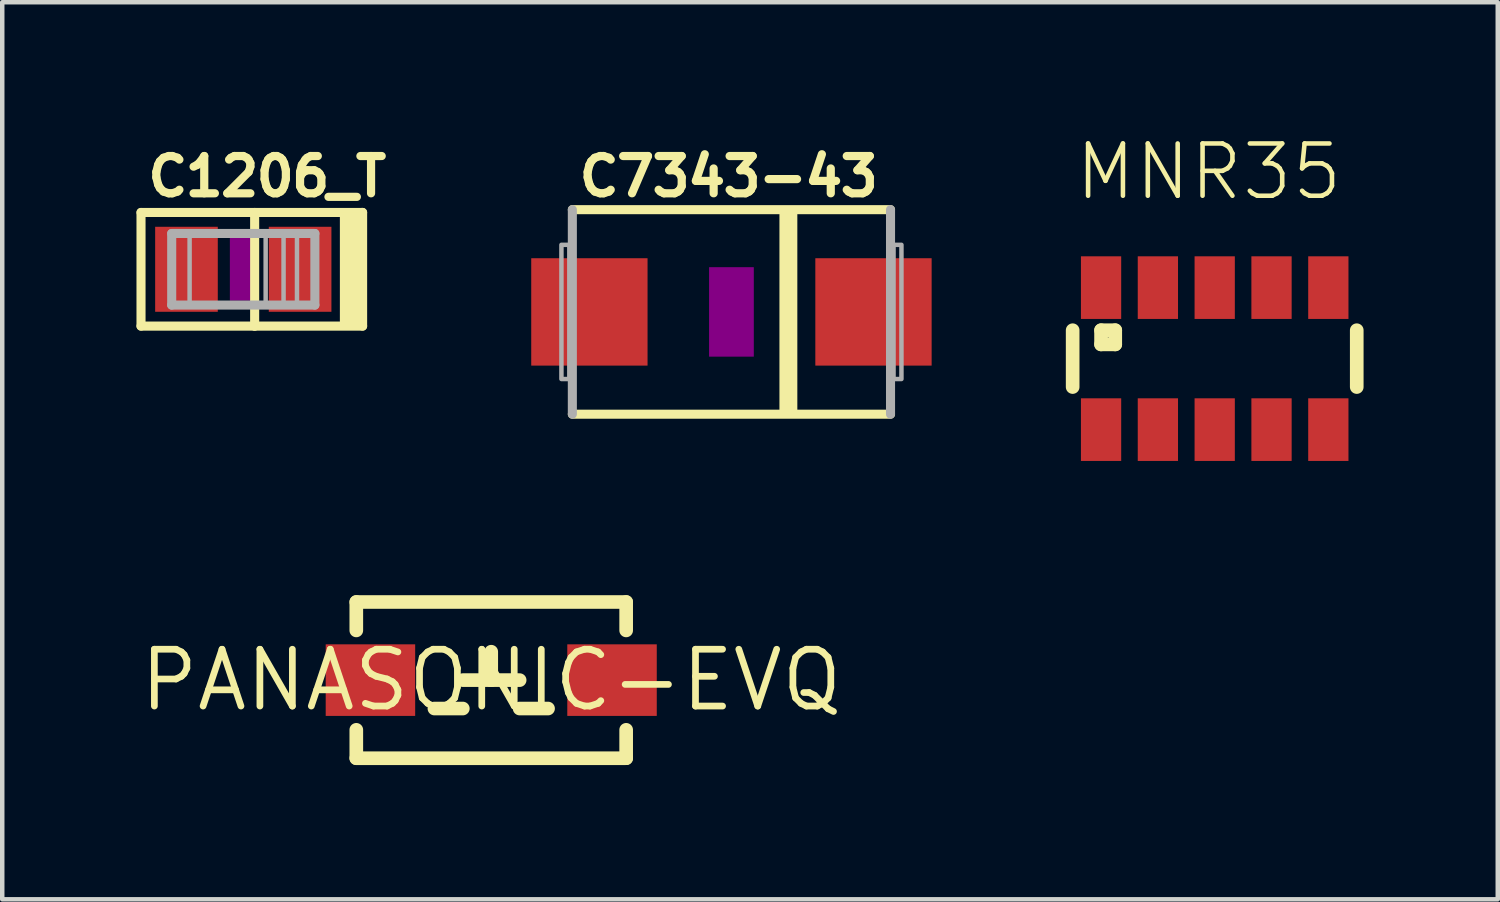
<source format=kicad_pcb>
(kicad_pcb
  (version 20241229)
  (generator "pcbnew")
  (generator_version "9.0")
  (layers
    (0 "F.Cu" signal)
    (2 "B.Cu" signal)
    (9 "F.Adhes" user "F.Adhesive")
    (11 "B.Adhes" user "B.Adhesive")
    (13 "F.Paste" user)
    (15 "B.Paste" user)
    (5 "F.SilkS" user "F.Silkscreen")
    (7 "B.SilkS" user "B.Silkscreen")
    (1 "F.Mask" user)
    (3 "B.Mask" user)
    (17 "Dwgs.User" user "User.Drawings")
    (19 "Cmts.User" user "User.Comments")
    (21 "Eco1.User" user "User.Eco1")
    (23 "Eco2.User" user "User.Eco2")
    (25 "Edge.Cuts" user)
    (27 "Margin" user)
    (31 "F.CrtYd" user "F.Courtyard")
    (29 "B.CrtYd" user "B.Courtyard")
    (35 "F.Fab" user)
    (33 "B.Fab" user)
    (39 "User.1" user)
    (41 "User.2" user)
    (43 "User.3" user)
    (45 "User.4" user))
  (footprint "PANASONIC-EVQ"
    (layer "F.Cu")
    (at 7.93 12.152)
    (property "Reference" "PANASONIC-EVQ" (at 0 0 0) (layer "F.SilkS") (effects (font (size 1.27 1.27) (thickness 0.15))))
    (fp_line (start -3.016 -1.746) (end -3.016 -1.111) (stroke (width 0.305) (type solid)) (layer "F.SilkS"))
    (fp_line (start -3.016 1.111) (end -3.016 1.746) (stroke (width 0.305) (type solid)) (layer "F.SilkS"))
    (fp_line (start -3.016 1.746) (end 3.016 1.746) (stroke (width 0.305) (type solid)) (layer "F.SilkS"))
    (fp_line (start -1.27 0.635) (end -0.635 0.635) (stroke (width 0.305) (type solid)) (layer "F.SilkS"))
    (fp_line (start -0.635 0) (end 0 0) (stroke (width 0.305) (type solid)) (layer "F.SilkS"))
    (fp_line (start 0 -0.635) (end 0 0) (stroke (width 0.305) (type solid)) (layer "F.SilkS"))
    (fp_line (start 0 0) (end 0.635 0) (stroke (width 0.305) (type solid)) (layer "F.SilkS"))
    (fp_line (start 0.635 0.635) (end 1.27 0.635) (stroke (width 0.305) (type solid)) (layer "F.SilkS"))
    (fp_line (start 3.016 -1.746) (end -3.016 -1.746) (stroke (width 0.305) (type solid)) (layer "F.SilkS"))
    (fp_line (start 3.016 -1.111) (end 3.016 -1.746) (stroke (width 0.305) (type solid)) (layer "F.SilkS"))
    (fp_line (start 3.016 1.746) (end 3.016 1.111) (stroke (width 0.305) (type solid)) (layer "F.SilkS"))
    (pad "1" smd rect (at 2.7 0) (size 2 1.6) (layers "F.Cu" "F.Mask" "F.Paste"))
    (pad "2" smd rect (at -2.7 0) (size 2 1.6) (layers "F.Cu" "F.Mask" "F.Paste")))
  (footprint "MNR35"
    (layer "F.Cu")
    (at 24.101 4.966)
    (property "Reference" "MNR35" (at -3.175 -3.493 0) (unlocked yes) (layer "F.SilkS") (effects (font (size 1.168 1.168) (thickness 0.102)) (justify left bottom)))
    (fp_line (start -3.175 -0.635) (end -3.175 0.635) (stroke (width 0.305) (type solid)) (layer "F.SilkS"))
    (fp_line (start -2.54 -0.635) (end -2.54 -0.318) (stroke (width 0.305) (type solid)) (layer "F.SilkS"))
    (fp_line (start -2.54 -0.318) (end -2.223 -0.318) (stroke (width 0.305) (type solid)) (layer "F.SilkS"))
    (fp_line (start -2.223 -0.635) (end -2.54 -0.635) (stroke (width 0.305) (type solid)) (layer "F.SilkS"))
    (fp_line (start -2.223 -0.318) (end -2.223 -0.635) (stroke (width 0.305) (type solid)) (layer "F.SilkS"))
    (fp_line (start 3.175 -0.635) (end 3.175 0.635) (stroke (width 0.305) (type solid)) (layer "F.SilkS"))
    (pad "1" smd rect (at -2.54 -1.587) (size 0.9 1.4) (layers "F.Cu" "F.Mask" "F.Paste"))
    (pad "2" smd rect (at -1.27 -1.587) (size 0.9 1.4) (layers "F.Cu" "F.Mask" "F.Paste"))
    (pad "3" smd rect (at 0 -1.587) (size 0.9 1.4) (layers "F.Cu" "F.Mask" "F.Paste"))
    (pad "4" smd rect (at 1.27 -1.587) (size 0.9 1.4) (layers "F.Cu" "F.Mask" "F.Paste"))
    (pad "5" smd rect (at 2.54 -1.587) (size 0.9 1.4) (layers "F.Cu" "F.Mask" "F.Paste"))
    (pad "6" smd rect (at 2.54 1.587) (size 0.9 1.4) (layers "F.Cu" "F.Mask" "F.Paste"))
    (pad "7" smd rect (at 1.27 1.587) (size 0.9 1.4) (layers "F.Cu" "F.Mask" "F.Paste"))
    (pad "8" smd rect (at 0 1.587) (size 0.9 1.4) (layers "F.Cu" "F.Mask" "F.Paste"))
    (pad "9" smd rect (at -1.27 1.587) (size 0.9 1.4) (layers "F.Cu" "F.Mask" "F.Paste"))
    (pad "10" smd rect (at -2.54 1.587) (size 0.9 1.4) (layers "F.Cu" "F.Mask" "F.Paste")))
  (footprint "C1206_T"
    (layer "F.Cu")
    (at 2.388 2.969)
    (property "Reference" "C1206_T" (at -2.223 -1.587 0) (unlocked yes) (layer "F.SilkS") (effects (font (size 0.833 0.833) (thickness 0.183)) (justify left bottom)))
    (fp_line (start -2.286 -1.27) (end 2.65 -1.27) (stroke (width 0.203) (type solid)) (layer "F.SilkS"))
    (fp_line (start -2.286 1.27) (end -2.286 -1.27) (stroke (width 0.203) (type solid)) (layer "F.SilkS"))
    (fp_line (start 0.254 1.27) (end -2.286 1.27) (stroke (width 0.203) (type solid)) (layer "F.SilkS"))
    (fp_line (start 0.254 1.27) (end 0.254 -1.27) (stroke (width 0.203) (type solid)) (layer "F.SilkS"))
    (fp_line (start 2.65 -1.27) (end 2.667 -1.27) (stroke (width 0.203) (type solid)) (layer "F.SilkS"))
    (fp_line (start 2.667 -1.27) (end 2.667 1.27) (stroke (width 0.203) (type solid)) (layer "F.SilkS"))
    (fp_line (start 2.667 1.27) (end 0.254 1.27) (stroke (width 0.203) (type solid)) (layer "F.SilkS"))
    (fp_poly (pts (xy 2.159 1.27) (xy 2.65 1.27) (xy 2.65 -1.27) (xy 2.159 -1.27)) (stroke (width 0) (type default)) (fill yes) (layer "F.SilkS"))
    (fp_poly (pts (xy -0.3 0.7) (xy 0.3 0.7) (xy 0.3 -0.7) (xy -0.3 -0.7)) (stroke (width 0) (type default)) (fill yes) (layer "F.Adhes"))
    (fp_line (start -1.6 -0.8) (end 1.6 -0.8) (stroke (width 0.203) (type solid)) (layer "F.Fab"))
    (fp_line (start -1.6 0.8) (end -1.6 -0.8) (stroke (width 0.203) (type solid)) (layer "F.Fab"))
    (fp_line (start 1.6 -0.8) (end 1.6 0.8) (stroke (width 0.203) (type solid)) (layer "F.Fab"))
    (fp_line (start 1.6 0.8) (end -1.6 0.8) (stroke (width 0.203) (type solid)) (layer "F.Fab"))
    (fp_poly (pts (xy -1.6 0.8) (xy -1.2 0.8) (xy -1.2 -0.8) (xy -1.6 -0.8)) (stroke (width 0.1) (type default)) (fill no) (layer "F.Fab"))
    (fp_poly (pts (xy 0.5 0.8) (xy 0.9 0.8) (xy 0.9 -0.8) (xy 0.5 -0.8)) (stroke (width 0.1) (type default)) (fill no) (layer "F.Fab"))
    (fp_poly (pts (xy 1.2 0.8) (xy 1.6 0.8) (xy 1.6 -0.8) (xy 1.2 -0.8)) (stroke (width 0.1) (type default)) (fill no) (layer "F.Fab"))
    (pad "+" smd rect (at 1.27 0) (size 1.4 1.9) (layers "F.Cu" "F.Mask" "F.Paste"))
    (pad "-" smd rect (at -1.27 0) (size 1.4 1.9) (layers "F.Cu" "F.Mask" "F.Paste")))
  (footprint "C7343-43"
    (layer "F.Cu")
    (at 13.299 3.922)
    (property "Reference" "C7343-43" (at -3.493 -2.54 0) (unlocked yes) (layer "F.SilkS") (effects (font (size 0.833 0.833) (thickness 0.183)) (justify left bottom)))
    (fp_line (start -3.556 -2.286) (end 3.556 -2.286) (stroke (width 0.203) (type solid)) (layer "F.SilkS"))
    (fp_line (start 3.556 2.286) (end -3.556 2.286) (stroke (width 0.203) (type solid)) (layer "F.SilkS"))
    (fp_poly (pts (xy 1.073 2.2) (xy 1.473 2.2) (xy 1.473 -2.2) (xy 1.073 -2.2)) (stroke (width 0) (type default)) (fill yes) (layer "F.SilkS"))
    (fp_poly (pts (xy -0.5 1) (xy 0.5 1) (xy 0.5 -1) (xy -0.5 -1)) (stroke (width 0) (type default)) (fill yes) (layer "F.Adhes"))
    (fp_line (start -3.556 2.286) (end -3.556 -2.286) (stroke (width 0.203) (type solid)) (layer "F.Fab"))
    (fp_line (start 3.556 -2.286) (end 3.556 2.286) (stroke (width 0.203) (type solid)) (layer "F.Fab"))
    (fp_poly (pts (xy -3.623 -1.5) (xy -3.8 -1.5) (xy -3.8 1.5) (xy -3.623 1.5)) (stroke (width 0.1) (type default)) (fill no) (layer "F.Fab"))
    (fp_poly (pts (xy 3.623 1.5) (xy 3.8 1.5) (xy 3.8 -1.5) (xy 3.623 -1.5)) (stroke (width 0.1) (type default)) (fill no) (layer "F.Fab"))
    (pad "+" smd rect (at 3.175 0) (size 2.6 2.4) (layers "F.Cu" "F.Mask" "F.Paste"))
    (pad "-" smd rect (at -3.175 0) (size 2.6 2.4) (layers "F.Cu" "F.Mask" "F.Paste")))
  (gr_rect
    (start -3 -3)
    (end 30.428 17.051)
    (stroke (width 0.1) (type default))
    (fill no)
    (layer "Edge.Cuts")))
</source>
